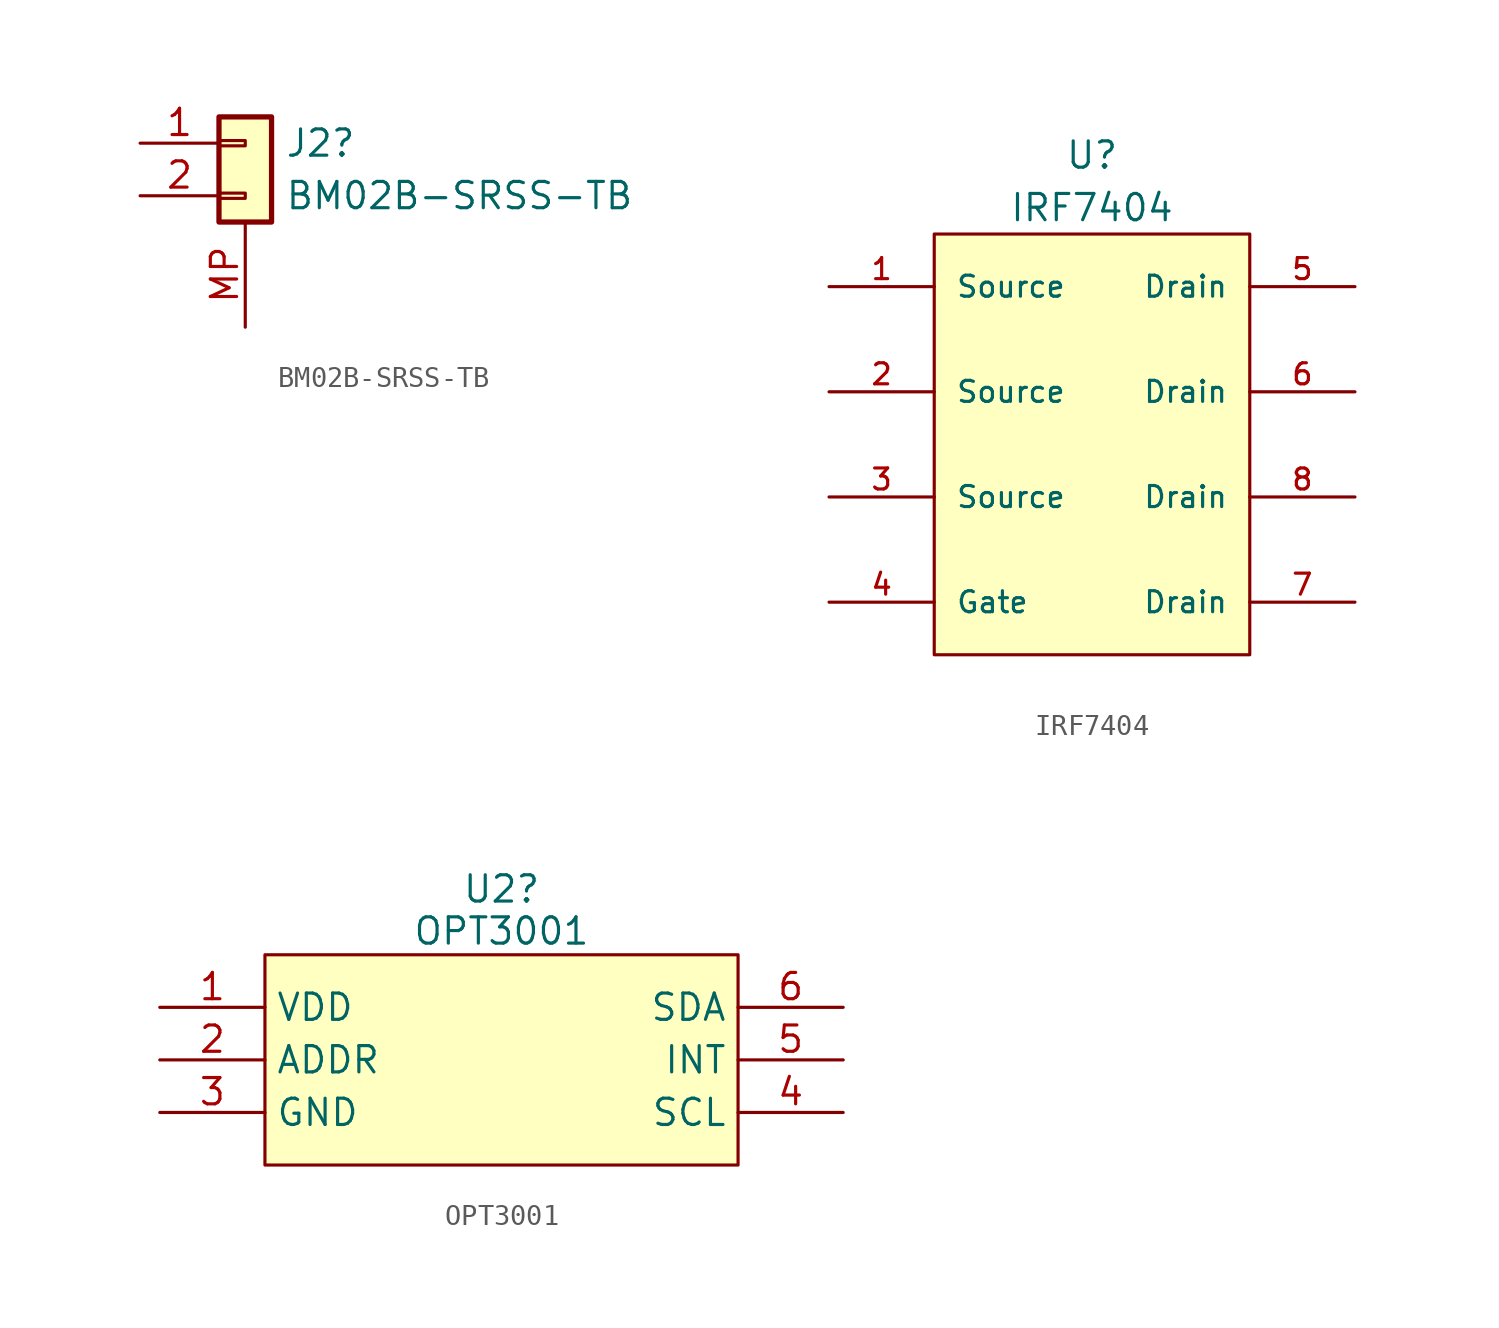
<source format=kicad_sym>
(kicad_symbol_lib
  (version 20220914)
  (generator kicad_symbol_editor)
  (symbol "BM02B-SRSS-TB"
    (pin_names
      (offset 1.016) hide)
    (property "Reference" "J2"
      (at 1.905 0 0)
      (effects (font (size 1.27 1.27)) (justify left)))
    (property "Value" "BM02B-SRSS-TB"
      (at 1.905 -2.537 0)
      (effects (font (size 1.27 1.27)) (justify left)))
    (symbol "BM02B-SRSS-TB_0_0"
      (pin unspecified line (at 0 -8.89 90) (length 5.08) (name "MP" (effects (font (size 1.27 1.27)))) (number "MP" (effects (font (size 1.27 1.27))))))
    (symbol "BM02B-SRSS-TB_1_1"
      (rectangle (start -1.27 -2.413) (end 0 -2.667) (stroke (width 0.152) (type default)) (fill (type none)))
      (rectangle (start -1.27 0.127) (end 0 -0.127) (stroke (width 0.152) (type default)) (fill (type none)))
      (rectangle (start -1.27 1.27) (end 1.27 -3.81) (stroke (width 0.254) (type default)) (fill (type background)))
      (pin passive line (at -5.08 0 0) (length 3.81) (name "Pin_1" (effects (font (size 1.27 1.27)))) (number "1" (effects (font (size 1.27 1.27)))))
      (pin passive line (at -5.08 -2.54 0) (length 3.81) (name "Pin_2" (effects (font (size 1.27 1.27)))) (number "2" (effects (font (size 1.27 1.27)))))))
  (symbol "IRF7404"
    (pin_names
      (offset 1.016))
    (property "Reference" "U"
      (at 0 13.97 0)
      (effects (font (size 1.27 1.27))))
    (property "Value" "IRF7404"
      (at 0 11.43 0)
      (effects (font (size 1.27 1.27))))
    (symbol "IRF7404_0_0"
      (pin bidirectional line (at -12.7 7.62 0) (length 5.08) (name "Source" (effects (font (size 1.016 1.016)))) (number "1" (effects (font (size 1.016 1.016)))))
      (pin bidirectional line (at -12.7 2.54 0) (length 5.08) (name "Source" (effects (font (size 1.016 1.016)))) (number "2" (effects (font (size 1.016 1.016)))))
      (pin bidirectional line (at -12.7 -2.54 0) (length 5.08) (name "Source" (effects (font (size 1.016 1.016)))) (number "3" (effects (font (size 1.016 1.016)))))
      (pin bidirectional line (at -12.7 -7.62 0) (length 5.08) (name "Gate" (effects (font (size 1.016 1.016)))) (number "4" (effects (font (size 1.016 1.016)))))
      (pin bidirectional line (at 12.7 7.62 180) (length 5.08) (name "Drain" (effects (font (size 1.016 1.016)))) (number "5" (effects (font (size 1.016 1.016)))))
      (pin bidirectional line (at 12.7 2.54 180) (length 5.08) (name "Drain" (effects (font (size 1.016 1.016)))) (number "6" (effects (font (size 1.016 1.016)))))
      (pin bidirectional line (at 12.7 -7.62 180) (length 5.08) (name "Drain" (effects (font (size 1.016 1.016)))) (number "7" (effects (font (size 1.016 1.016)))))
      (pin bidirectional line (at 12.7 -2.54 180) (length 5.08) (name "Drain" (effects (font (size 1.016 1.016)))) (number "8" (effects (font (size 1.016 1.016))))))
    (symbol "IRF7404_0_1"
      (rectangle (start -7.62 10.16) (end 7.62 -10.16) (stroke (width 0) (type default)) (fill (type background)))))
  (symbol "OPT3001"
    (property "Reference" "U2"
      (at 0 8.255 0)
      (effects (font (size 1.27 1.27))))
    (property "Value" "OPT3001"
      (at 0 6.223 0)
      (effects (font (size 1.27 1.27))))
    (symbol "OPT3001_0_0"
      (pin unspecified line (at -16.51 2.54 0) (length 5.08) (name "VDD" (effects (font (size 1.27 1.27)))) (number "1" (effects (font (size 1.27 1.27)))))
      (pin unspecified line (at -16.51 0 0) (length 5.08) (name "ADDR" (effects (font (size 1.27 1.27)))) (number "2" (effects (font (size 1.27 1.27)))))
      (pin unspecified line (at -16.51 -2.54 0) (length 5.08) (name "GND" (effects (font (size 1.27 1.27)))) (number "3" (effects (font (size 1.27 1.27)))))
      (pin unspecified line (at 16.51 -2.54 180) (length 5.08) (name "SCL" (effects (font (size 1.27 1.27)))) (number "4" (effects (font (size 1.27 1.27)))))
      (pin unspecified line (at 16.51 0 180) (length 5.08) (name "INT" (effects (font (size 1.27 1.27)))) (number "5" (effects (font (size 1.27 1.27)))))
      (pin unspecified line (at 16.51 2.54 180) (length 5.08) (name "SDA" (effects (font (size 1.27 1.27)))) (number "6" (effects (font (size 1.27 1.27)))))
      (pin unspecified line (at -16.51 -2.54 0) (length 5.08) hide (name "GND" (effects (font (size 1.27 1.27)))) (number "7" (effects (font (size 1.27 1.27))))))
    (symbol "OPT3001_0_1"
      (polyline (pts (xy -11.43 5.08) (xy 11.43 5.08) (xy 11.43 -5.08) (xy -11.43 -5.08) (xy -11.43 5.08)) (stroke (width 0.152) (type default)) (fill (type background))))))
</source>
